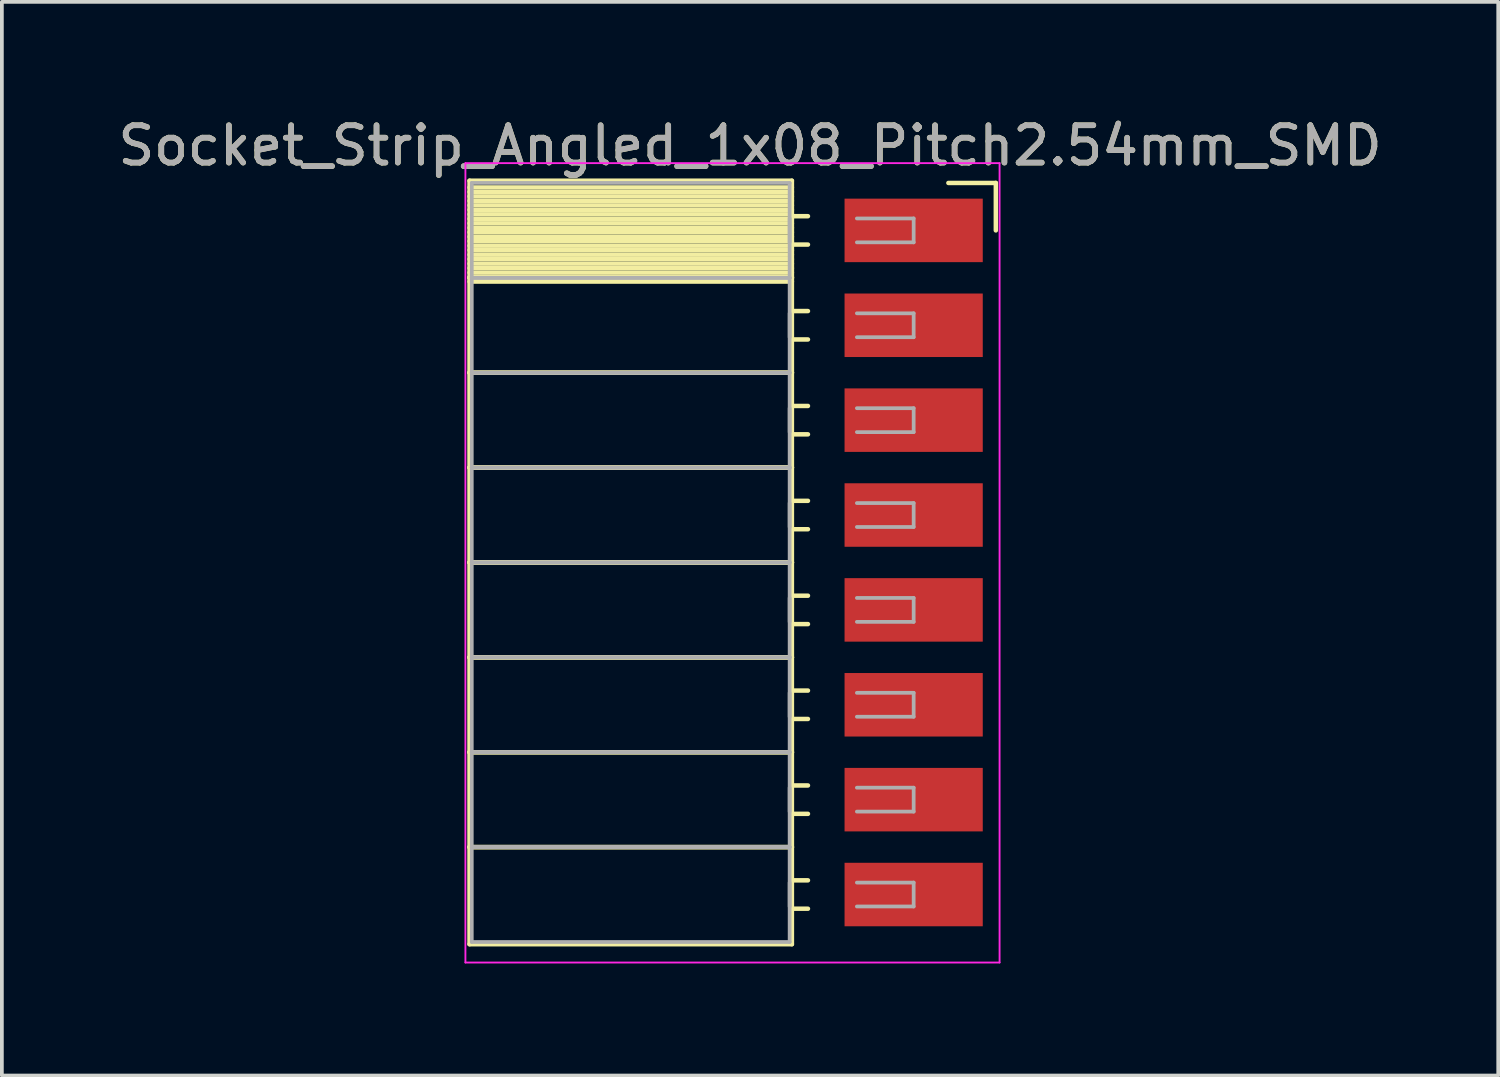
<source format=kicad_pcb>
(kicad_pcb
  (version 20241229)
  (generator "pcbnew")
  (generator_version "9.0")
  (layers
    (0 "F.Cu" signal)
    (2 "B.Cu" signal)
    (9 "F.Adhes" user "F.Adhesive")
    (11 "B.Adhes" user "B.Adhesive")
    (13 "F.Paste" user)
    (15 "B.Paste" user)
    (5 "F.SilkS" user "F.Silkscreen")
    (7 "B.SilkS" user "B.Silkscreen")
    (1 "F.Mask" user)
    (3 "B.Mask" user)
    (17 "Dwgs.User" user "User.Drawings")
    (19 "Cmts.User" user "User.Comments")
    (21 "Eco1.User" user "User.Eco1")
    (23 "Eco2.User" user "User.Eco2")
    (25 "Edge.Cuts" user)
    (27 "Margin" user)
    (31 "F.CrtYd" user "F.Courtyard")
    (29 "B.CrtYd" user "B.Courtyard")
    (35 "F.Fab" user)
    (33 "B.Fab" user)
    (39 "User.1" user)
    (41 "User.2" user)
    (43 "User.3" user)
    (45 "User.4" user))
  (footprint "Socket_Strip_Angled_1x08_Pitch2.54mm_SMD"
    (layer "F.Cu")
    (at 21.41 3.118)
    (property "Reference" "Socket_Strip_Angled_1x08_Pitch2.54mm_SMD" (at -4.38 -2.27 0) (layer "F.SilkS") (effects (font (size 1 1) (thickness 0.15))))
    (attr through_hole)
    (fp_line (start -11.89 -1.33) (end -3.26 -1.33) (stroke (width 0.12) (type solid)) (layer "F.SilkS"))
    (fp_line (start -11.89 1.27) (end -11.89 -1.33) (stroke (width 0.12) (type solid)) (layer "F.SilkS"))
    (fp_line (start -11.89 1.27) (end -3.26 1.27) (stroke (width 0.12) (type solid)) (layer "F.SilkS"))
    (fp_line (start -11.89 3.81) (end -11.89 1.27) (stroke (width 0.12) (type solid)) (layer "F.SilkS"))
    (fp_line (start -11.89 3.81) (end -3.26 3.81) (stroke (width 0.12) (type solid)) (layer "F.SilkS"))
    (fp_line (start -11.89 6.35) (end -11.89 3.81) (stroke (width 0.12) (type solid)) (layer "F.SilkS"))
    (fp_line (start -11.89 6.35) (end -3.26 6.35) (stroke (width 0.12) (type solid)) (layer "F.SilkS"))
    (fp_line (start -11.89 8.89) (end -11.89 6.35) (stroke (width 0.12) (type solid)) (layer "F.SilkS"))
    (fp_line (start -11.89 8.89) (end -3.26 8.89) (stroke (width 0.12) (type solid)) (layer "F.SilkS"))
    (fp_line (start -11.89 11.43) (end -11.89 8.89) (stroke (width 0.12) (type solid)) (layer "F.SilkS"))
    (fp_line (start -11.89 11.43) (end -3.26 11.43) (stroke (width 0.12) (type solid)) (layer "F.SilkS"))
    (fp_line (start -11.89 13.97) (end -11.89 11.43) (stroke (width 0.12) (type solid)) (layer "F.SilkS"))
    (fp_line (start -11.89 13.97) (end -3.26 13.97) (stroke (width 0.12) (type solid)) (layer "F.SilkS"))
    (fp_line (start -11.89 16.51) (end -11.89 13.97) (stroke (width 0.12) (type solid)) (layer "F.SilkS"))
    (fp_line (start -11.89 16.51) (end -3.26 16.51) (stroke (width 0.12) (type solid)) (layer "F.SilkS"))
    (fp_line (start -11.89 19.11) (end -11.89 16.51) (stroke (width 0.12) (type solid)) (layer "F.SilkS"))
    (fp_line (start -3.26 -1.33) (end -3.26 1.27) (stroke (width 0.12) (type solid)) (layer "F.SilkS"))
    (fp_line (start -3.26 -1.15) (end -11.89 -1.15) (stroke (width 0.12) (type solid)) (layer "F.SilkS"))
    (fp_line (start -3.26 -1.03) (end -11.89 -1.03) (stroke (width 0.12) (type solid)) (layer "F.SilkS"))
    (fp_line (start -3.26 -0.91) (end -11.89 -0.91) (stroke (width 0.12) (type solid)) (layer "F.SilkS"))
    (fp_line (start -3.26 -0.79) (end -11.89 -0.79) (stroke (width 0.12) (type solid)) (layer "F.SilkS"))
    (fp_line (start -3.26 -0.67) (end -11.89 -0.67) (stroke (width 0.12) (type solid)) (layer "F.SilkS"))
    (fp_line (start -3.26 -0.55) (end -11.89 -0.55) (stroke (width 0.12) (type solid)) (layer "F.SilkS"))
    (fp_line (start -3.26 -0.43) (end -11.89 -0.43) (stroke (width 0.12) (type solid)) (layer "F.SilkS"))
    (fp_line (start -3.26 -0.31) (end -11.89 -0.31) (stroke (width 0.12) (type solid)) (layer "F.SilkS"))
    (fp_line (start -3.26 -0.19) (end -11.89 -0.19) (stroke (width 0.12) (type solid)) (layer "F.SilkS"))
    (fp_line (start -3.26 -0.07) (end -11.89 -0.07) (stroke (width 0.12) (type solid)) (layer "F.SilkS"))
    (fp_line (start -3.26 0.05) (end -11.89 0.05) (stroke (width 0.12) (type solid)) (layer "F.SilkS"))
    (fp_line (start -3.26 0.17) (end -11.89 0.17) (stroke (width 0.12) (type solid)) (layer "F.SilkS"))
    (fp_line (start -3.26 0.29) (end -11.89 0.29) (stroke (width 0.12) (type solid)) (layer "F.SilkS"))
    (fp_line (start -3.26 0.41) (end -11.89 0.41) (stroke (width 0.12) (type solid)) (layer "F.SilkS"))
    (fp_line (start -3.26 0.53) (end -11.89 0.53) (stroke (width 0.12) (type solid)) (layer "F.SilkS"))
    (fp_line (start -3.26 0.65) (end -11.89 0.65) (stroke (width 0.12) (type solid)) (layer "F.SilkS"))
    (fp_line (start -3.26 0.77) (end -11.89 0.77) (stroke (width 0.12) (type solid)) (layer "F.SilkS"))
    (fp_line (start -3.26 0.89) (end -11.89 0.89) (stroke (width 0.12) (type solid)) (layer "F.SilkS"))
    (fp_line (start -3.26 1.01) (end -11.89 1.01) (stroke (width 0.12) (type solid)) (layer "F.SilkS"))
    (fp_line (start -3.26 1.13) (end -11.89 1.13) (stroke (width 0.12) (type solid)) (layer "F.SilkS"))
    (fp_line (start -3.26 1.25) (end -11.89 1.25) (stroke (width 0.12) (type solid)) (layer "F.SilkS"))
    (fp_line (start -3.26 1.27) (end -11.89 1.27) (stroke (width 0.12) (type solid)) (layer "F.SilkS"))
    (fp_line (start -3.26 1.27) (end -3.26 3.81) (stroke (width 0.12) (type solid)) (layer "F.SilkS"))
    (fp_line (start -3.26 1.37) (end -11.89 1.37) (stroke (width 0.12) (type solid)) (layer "F.SilkS"))
    (fp_line (start -3.26 3.81) (end -11.89 3.81) (stroke (width 0.12) (type solid)) (layer "F.SilkS"))
    (fp_line (start -3.26 3.81) (end -3.26 6.35) (stroke (width 0.12) (type solid)) (layer "F.SilkS"))
    (fp_line (start -3.26 6.35) (end -11.89 6.35) (stroke (width 0.12) (type solid)) (layer "F.SilkS"))
    (fp_line (start -3.26 6.35) (end -3.26 8.89) (stroke (width 0.12) (type solid)) (layer "F.SilkS"))
    (fp_line (start -3.26 8.89) (end -11.89 8.89) (stroke (width 0.12) (type solid)) (layer "F.SilkS"))
    (fp_line (start -3.26 8.89) (end -3.26 11.43) (stroke (width 0.12) (type solid)) (layer "F.SilkS"))
    (fp_line (start -3.26 11.43) (end -11.89 11.43) (stroke (width 0.12) (type solid)) (layer "F.SilkS"))
    (fp_line (start -3.26 11.43) (end -3.26 13.97) (stroke (width 0.12) (type solid)) (layer "F.SilkS"))
    (fp_line (start -3.26 13.97) (end -11.89 13.97) (stroke (width 0.12) (type solid)) (layer "F.SilkS"))
    (fp_line (start -3.26 13.97) (end -3.26 16.51) (stroke (width 0.12) (type solid)) (layer "F.SilkS"))
    (fp_line (start -3.26 16.51) (end -11.89 16.51) (stroke (width 0.12) (type solid)) (layer "F.SilkS"))
    (fp_line (start -3.26 16.51) (end -3.26 19.11) (stroke (width 0.12) (type solid)) (layer "F.SilkS"))
    (fp_line (start -3.26 19.11) (end -11.89 19.11) (stroke (width 0.12) (type solid)) (layer "F.SilkS"))
    (fp_line (start -2.83 -0.38) (end -3.26 -0.38) (stroke (width 0.12) (type solid)) (layer "F.SilkS"))
    (fp_line (start -2.83 0.38) (end -3.26 0.38) (stroke (width 0.12) (type solid)) (layer "F.SilkS"))
    (fp_line (start -2.83 2.16) (end -3.26 2.16) (stroke (width 0.12) (type solid)) (layer "F.SilkS"))
    (fp_line (start -2.83 2.92) (end -3.26 2.92) (stroke (width 0.12) (type solid)) (layer "F.SilkS"))
    (fp_line (start -2.83 4.7) (end -3.26 4.7) (stroke (width 0.12) (type solid)) (layer "F.SilkS"))
    (fp_line (start -2.83 5.46) (end -3.26 5.46) (stroke (width 0.12) (type solid)) (layer "F.SilkS"))
    (fp_line (start -2.83 7.24) (end -3.26 7.24) (stroke (width 0.12) (type solid)) (layer "F.SilkS"))
    (fp_line (start -2.83 8) (end -3.26 8) (stroke (width 0.12) (type solid)) (layer "F.SilkS"))
    (fp_line (start -2.83 9.78) (end -3.26 9.78) (stroke (width 0.12) (type solid)) (layer "F.SilkS"))
    (fp_line (start -2.83 10.54) (end -3.26 10.54) (stroke (width 0.12) (type solid)) (layer "F.SilkS"))
    (fp_line (start -2.83 12.32) (end -3.26 12.32) (stroke (width 0.12) (type solid)) (layer "F.SilkS"))
    (fp_line (start -2.83 13.08) (end -3.26 13.08) (stroke (width 0.12) (type solid)) (layer "F.SilkS"))
    (fp_line (start -2.83 14.86) (end -3.26 14.86) (stroke (width 0.12) (type solid)) (layer "F.SilkS"))
    (fp_line (start -2.83 15.62) (end -3.26 15.62) (stroke (width 0.12) (type solid)) (layer "F.SilkS"))
    (fp_line (start -2.83 17.4) (end -3.26 17.4) (stroke (width 0.12) (type solid)) (layer "F.SilkS"))
    (fp_line (start -2.83 18.16) (end -3.26 18.16) (stroke (width 0.12) (type solid)) (layer "F.SilkS"))
    (fp_line (start 0.93 -1.27) (end 2.2 -1.27) (stroke (width 0.12) (type solid)) (layer "F.SilkS"))
    (fp_line (start 2.2 -1.27) (end 2.2 0) (stroke (width 0.12) (type solid)) (layer "F.SilkS"))
    (fp_line (start -12 -1.8) (end 2.3 -1.8) (stroke (width 0.05) (type solid)) (layer "F.CrtYd"))
    (fp_line (start -12 19.6) (end -12 -1.8) (stroke (width 0.05) (type solid)) (layer "F.CrtYd"))
    (fp_line (start 2.3 -1.8) (end 2.3 19.6) (stroke (width 0.05) (type solid)) (layer "F.CrtYd"))
    (fp_line (start 2.3 19.6) (end -12 19.6) (stroke (width 0.05) (type solid)) (layer "F.CrtYd"))
    (fp_line (start -11.83 -1.27) (end -3.32 -1.27) (stroke (width 0.1) (type solid)) (layer "F.Fab"))
    (fp_line (start -11.83 1.27) (end -11.83 -1.27) (stroke (width 0.1) (type solid)) (layer "F.Fab"))
    (fp_line (start -11.83 1.27) (end -3.32 1.27) (stroke (width 0.1) (type solid)) (layer "F.Fab"))
    (fp_line (start -11.83 3.81) (end -11.83 1.27) (stroke (width 0.1) (type solid)) (layer "F.Fab"))
    (fp_line (start -11.83 3.81) (end -3.32 3.81) (stroke (width 0.1) (type solid)) (layer "F.Fab"))
    (fp_line (start -11.83 6.35) (end -11.83 3.81) (stroke (width 0.1) (type solid)) (layer "F.Fab"))
    (fp_line (start -11.83 6.35) (end -3.32 6.35) (stroke (width 0.1) (type solid)) (layer "F.Fab"))
    (fp_line (start -11.83 8.89) (end -11.83 6.35) (stroke (width 0.1) (type solid)) (layer "F.Fab"))
    (fp_line (start -11.83 8.89) (end -3.32 8.89) (stroke (width 0.1) (type solid)) (layer "F.Fab"))
    (fp_line (start -11.83 11.43) (end -11.83 8.89) (stroke (width 0.1) (type solid)) (layer "F.Fab"))
    (fp_line (start -11.83 11.43) (end -3.32 11.43) (stroke (width 0.1) (type solid)) (layer "F.Fab"))
    (fp_line (start -11.83 13.97) (end -11.83 11.43) (stroke (width 0.1) (type solid)) (layer "F.Fab"))
    (fp_line (start -11.83 13.97) (end -3.32 13.97) (stroke (width 0.1) (type solid)) (layer "F.Fab"))
    (fp_line (start -11.83 16.51) (end -11.83 13.97) (stroke (width 0.1) (type solid)) (layer "F.Fab"))
    (fp_line (start -11.83 16.51) (end -3.32 16.51) (stroke (width 0.1) (type solid)) (layer "F.Fab"))
    (fp_line (start -11.83 19.05) (end -11.83 16.51) (stroke (width 0.1) (type solid)) (layer "F.Fab"))
    (fp_line (start -3.32 -1.27) (end -3.32 1.27) (stroke (width 0.1) (type solid)) (layer "F.Fab"))
    (fp_line (start -3.32 0.32) (end -3.32 -0.32) (stroke (width 0.1) (type solid)) (layer "F.Fab"))
    (fp_line (start -3.32 1.27) (end -11.83 1.27) (stroke (width 0.1) (type solid)) (layer "F.Fab"))
    (fp_line (start -3.32 1.27) (end -3.32 3.81) (stroke (width 0.1) (type solid)) (layer "F.Fab"))
    (fp_line (start -3.32 2.86) (end -3.32 2.22) (stroke (width 0.1) (type solid)) (layer "F.Fab"))
    (fp_line (start -3.32 3.81) (end -11.83 3.81) (stroke (width 0.1) (type solid)) (layer "F.Fab"))
    (fp_line (start -3.32 3.81) (end -3.32 6.35) (stroke (width 0.1) (type solid)) (layer "F.Fab"))
    (fp_line (start -3.32 5.4) (end -3.32 4.76) (stroke (width 0.1) (type solid)) (layer "F.Fab"))
    (fp_line (start -3.32 6.35) (end -11.83 6.35) (stroke (width 0.1) (type solid)) (layer "F.Fab"))
    (fp_line (start -3.32 6.35) (end -3.32 8.89) (stroke (width 0.1) (type solid)) (layer "F.Fab"))
    (fp_line (start -3.32 7.94) (end -3.32 7.3) (stroke (width 0.1) (type solid)) (layer "F.Fab"))
    (fp_line (start -3.32 8.89) (end -11.83 8.89) (stroke (width 0.1) (type solid)) (layer "F.Fab"))
    (fp_line (start -3.32 8.89) (end -3.32 11.43) (stroke (width 0.1) (type solid)) (layer "F.Fab"))
    (fp_line (start -3.32 10.48) (end -3.32 9.84) (stroke (width 0.1) (type solid)) (layer "F.Fab"))
    (fp_line (start -3.32 11.43) (end -11.83 11.43) (stroke (width 0.1) (type solid)) (layer "F.Fab"))
    (fp_line (start -3.32 11.43) (end -3.32 13.97) (stroke (width 0.1) (type solid)) (layer "F.Fab"))
    (fp_line (start -3.32 13.02) (end -3.32 12.38) (stroke (width 0.1) (type solid)) (layer "F.Fab"))
    (fp_line (start -3.32 13.97) (end -11.83 13.97) (stroke (width 0.1) (type solid)) (layer "F.Fab"))
    (fp_line (start -3.32 13.97) (end -3.32 16.51) (stroke (width 0.1) (type solid)) (layer "F.Fab"))
    (fp_line (start -3.32 15.56) (end -3.32 14.92) (stroke (width 0.1) (type solid)) (layer "F.Fab"))
    (fp_line (start -3.32 16.51) (end -11.83 16.51) (stroke (width 0.1) (type solid)) (layer "F.Fab"))
    (fp_line (start -3.32 16.51) (end -3.32 19.05) (stroke (width 0.1) (type solid)) (layer "F.Fab"))
    (fp_line (start -3.32 18.1) (end -3.32 17.46) (stroke (width 0.1) (type solid)) (layer "F.Fab"))
    (fp_line (start -3.32 19.05) (end -11.83 19.05) (stroke (width 0.1) (type solid)) (layer "F.Fab"))
    (fp_line (start -1.52 -0.32) (end 0 -0.32) (stroke (width 0.1) (type solid)) (layer "F.Fab"))
    (fp_line (start -1.52 2.22) (end 0 2.22) (stroke (width 0.1) (type solid)) (layer "F.Fab"))
    (fp_line (start -1.52 4.76) (end 0 4.76) (stroke (width 0.1) (type solid)) (layer "F.Fab"))
    (fp_line (start -1.52 7.3) (end 0 7.3) (stroke (width 0.1) (type solid)) (layer "F.Fab"))
    (fp_line (start -1.52 9.84) (end 0 9.84) (stroke (width 0.1) (type solid)) (layer "F.Fab"))
    (fp_line (start -1.52 12.38) (end 0 12.38) (stroke (width 0.1) (type solid)) (layer "F.Fab"))
    (fp_line (start -1.52 14.92) (end 0 14.92) (stroke (width 0.1) (type solid)) (layer "F.Fab"))
    (fp_line (start -1.52 17.46) (end 0 17.46) (stroke (width 0.1) (type solid)) (layer "F.Fab"))
    (fp_line (start 0 -0.32) (end 0 0.32) (stroke (width 0.1) (type solid)) (layer "F.Fab"))
    (fp_line (start 0 0.32) (end -1.52 0.32) (stroke (width 0.1) (type solid)) (layer "F.Fab"))
    (fp_line (start 0 2.22) (end 0 2.86) (stroke (width 0.1) (type solid)) (layer "F.Fab"))
    (fp_line (start 0 2.86) (end -1.52 2.86) (stroke (width 0.1) (type solid)) (layer "F.Fab"))
    (fp_line (start 0 4.76) (end 0 5.4) (stroke (width 0.1) (type solid)) (layer "F.Fab"))
    (fp_line (start 0 5.4) (end -1.52 5.4) (stroke (width 0.1) (type solid)) (layer "F.Fab"))
    (fp_line (start 0 7.3) (end 0 7.94) (stroke (width 0.1) (type solid)) (layer "F.Fab"))
    (fp_line (start 0 7.94) (end -1.52 7.94) (stroke (width 0.1) (type solid)) (layer "F.Fab"))
    (fp_line (start 0 9.84) (end 0 10.48) (stroke (width 0.1) (type solid)) (layer "F.Fab"))
    (fp_line (start 0 10.48) (end -1.52 10.48) (stroke (width 0.1) (type solid)) (layer "F.Fab"))
    (fp_line (start 0 12.38) (end 0 13.02) (stroke (width 0.1) (type solid)) (layer "F.Fab"))
    (fp_line (start 0 13.02) (end -1.52 13.02) (stroke (width 0.1) (type solid)) (layer "F.Fab"))
    (fp_line (start 0 14.92) (end 0 15.56) (stroke (width 0.1) (type solid)) (layer "F.Fab"))
    (fp_line (start 0 15.56) (end -1.52 15.56) (stroke (width 0.1) (type solid)) (layer "F.Fab"))
    (fp_line (start 0 17.46) (end 0 18.1) (stroke (width 0.1) (type solid)) (layer "F.Fab"))
    (fp_line (start 0 18.1) (end -1.52 18.1) (stroke (width 0.1) (type solid)) (layer "F.Fab"))
    (fp_text user "${REFERENCE}" (at -4.38 -2.27 0) (layer "F.Fab") (effects (font (size 1 1) (thickness 0.15))))
    (pad "1" smd rect (at 0 0) (size 3.7 1.7) (layers "F.Cu" "F.Mask" "F.Paste"))
    (pad "2" smd rect (at 0 2.54) (size 3.7 1.7) (layers "F.Cu" "F.Mask" "F.Paste"))
    (pad "3" smd rect (at 0 5.08) (size 3.7 1.7) (layers "F.Cu" "F.Mask" "F.Paste"))
    (pad "4" smd rect (at 0 7.62) (size 3.7 1.7) (layers "F.Cu" "F.Mask" "F.Paste"))
    (pad "5" smd rect (at 0 10.16) (size 3.7 1.7) (layers "F.Cu" "F.Mask" "F.Paste"))
    (pad "6" smd rect (at 0 12.7) (size 3.7 1.7) (layers "F.Cu" "F.Mask" "F.Paste"))
    (pad "7" smd rect (at 0 15.24) (size 3.7 1.7) (layers "F.Cu" "F.Mask" "F.Paste"))
    (pad "8" smd rect (at 0 17.78) (size 3.7 1.7) (layers "F.Cu" "F.Mask" "F.Paste")))
  (gr_rect
    (start -3 -3)
    (end 37.06 25.743)
    (stroke (width 0.1) (type default))
    (fill no)
    (layer "Edge.Cuts")))
</source>
